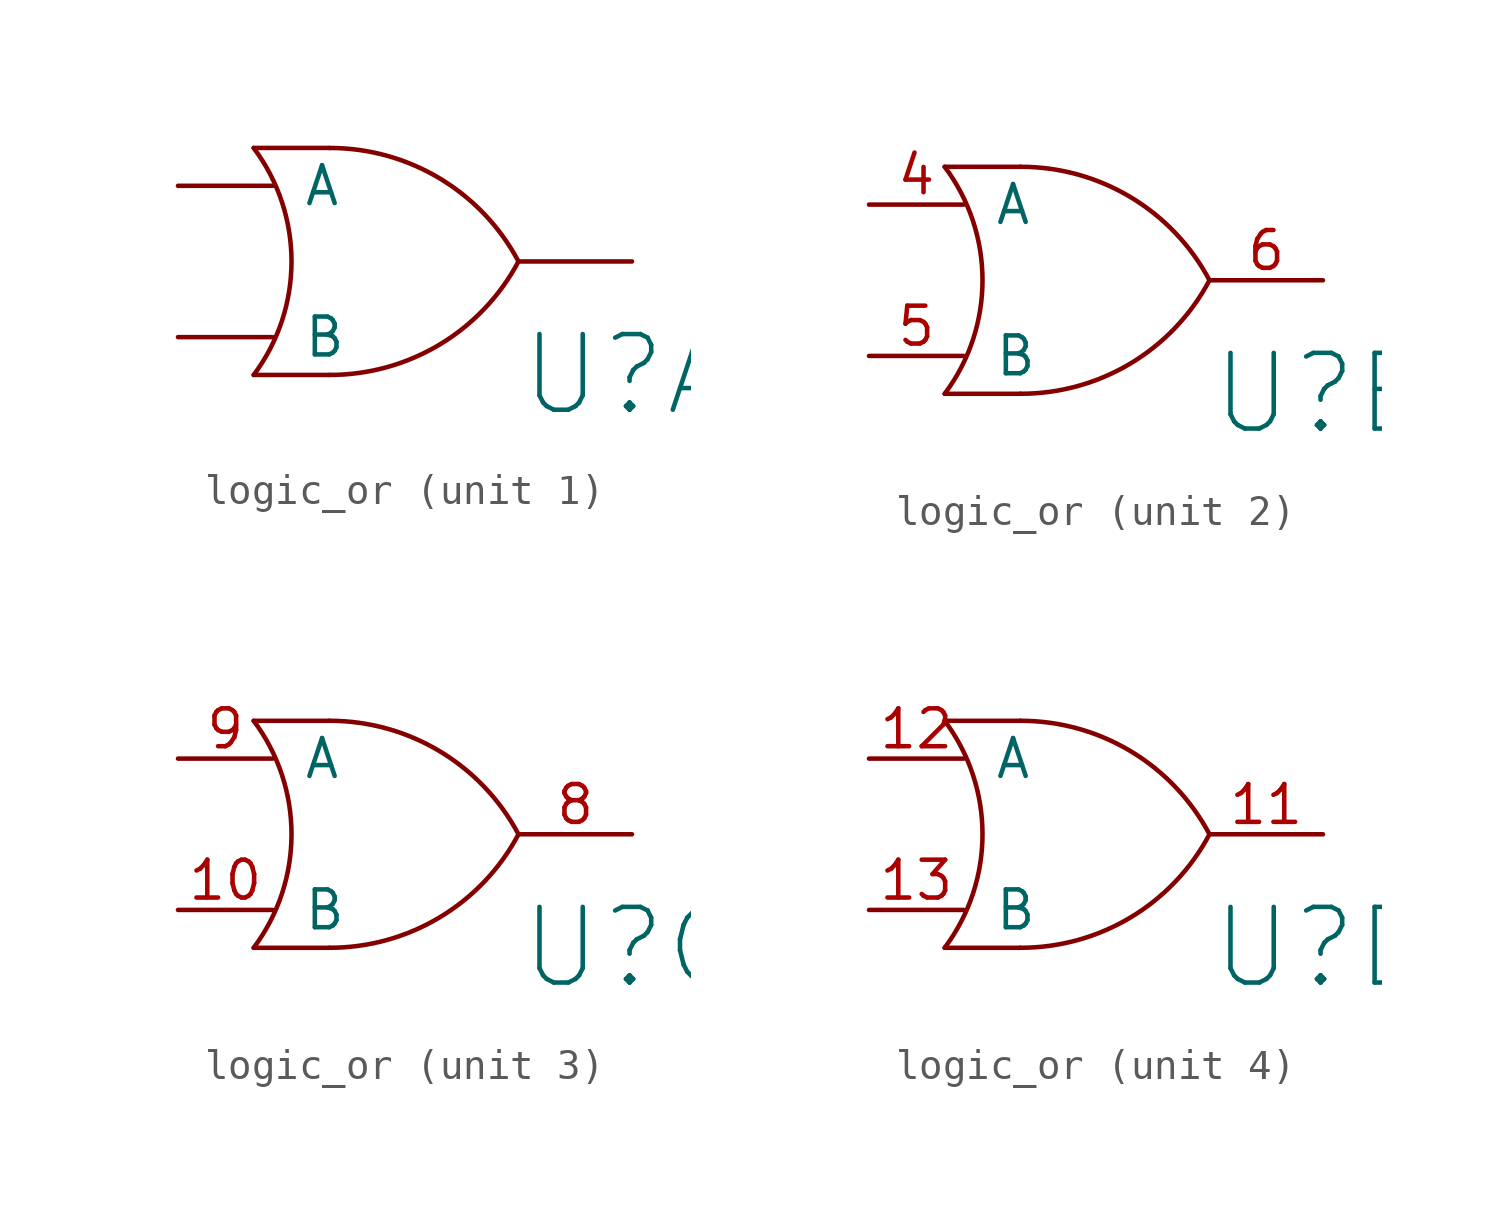
<source format=kicad_sym>
(kicad_symbol_lib
  (version 20220914)
  (generator kicad_symbol_editor)
  (symbol "logic_or"
    (pin_names
      (offset 1.016))
    (property "Reference" "U"
      (at 11.43 -6.35 0)
      (effects (font (size 2.54 2.54)) (justify left)))
    (symbol "logic_or_0_1"
      (polyline (pts (xy 2.54 -6.35) (xy 5.08 -6.35)) (stroke (width 0) (type default)) (fill (type none)))
      (polyline (pts (xy 5.08 1.27) (xy 2.54 1.27)) (stroke (width 0) (type default)) (fill (type none)))
      (arc (start 2.54 -6.35) (mid 3.81 -2.54) (end 2.54 1.27) (stroke (width 0) (type default)) (fill (type none)))
      (arc (start 5.08 -6.35) (mid 8.784 -5.3291) (end 11.43 -2.54) (stroke (width 0) (type default)) (fill (type none)))
      (arc (start 11.43 -2.54) (mid 8.7865 0.2471) (end 5.08 1.27) (stroke (width 0) (type default)) (fill (type none))))
    (symbol "logic_or_1_1"
      (pin output line (at 15.24 -2.54 180) (length 3.81) (name "" (effects (font (size 1.27 1.27)))) (number "" (effects (font (size 1.27 1.27)))))
      (pin input line (at 0 0 0) (length 3.175) (name "A" (effects (font (size 1.27 1.27)))) (number "" (effects (font (size 1.27 1.27)))))
      (pin input line (at 0 -5.08 0) (length 3.175) (name "B" (effects (font (size 1.27 1.27)))) (number "" (effects (font (size 1.27 1.27))))))
    (symbol "logic_or_2_1"
      (pin input line (at 0 0 0) (length 3.175) (name "A" (effects (font (size 1.27 1.27)))) (number "4" (effects (font (size 1.27 1.27)))))
      (pin input line (at 0 -5.08 0) (length 3.175) (name "B" (effects (font (size 1.27 1.27)))) (number "5" (effects (font (size 1.27 1.27)))))
      (pin output line (at 15.24 -2.54 180) (length 3.81) (name "" (effects (font (size 1.27 1.27)))) (number "6" (effects (font (size 1.27 1.27))))))
    (symbol "logic_or_3_1"
      (pin input line (at 0 -5.08 0) (length 3.175) (name "B" (effects (font (size 1.27 1.27)))) (number "10" (effects (font (size 1.27 1.27)))))
      (pin output line (at 15.24 -2.54 180) (length 3.81) (name "" (effects (font (size 1.27 1.27)))) (number "8" (effects (font (size 1.27 1.27)))))
      (pin input line (at 0 0 0) (length 3.175) (name "A" (effects (font (size 1.27 1.27)))) (number "9" (effects (font (size 1.27 1.27))))))
    (symbol "logic_or_4_1"
      (pin output line (at 15.24 -2.54 180) (length 3.81) (name "" (effects (font (size 1.27 1.27)))) (number "11" (effects (font (size 1.27 1.27)))))
      (pin input line (at 0 0 0) (length 3.175) (name "A" (effects (font (size 1.27 1.27)))) (number "12" (effects (font (size 1.27 1.27)))))
      (pin input line (at 0 -5.08 0) (length 3.175) (name "B" (effects (font (size 1.27 1.27)))) (number "13" (effects (font (size 1.27 1.27))))))))
</source>
